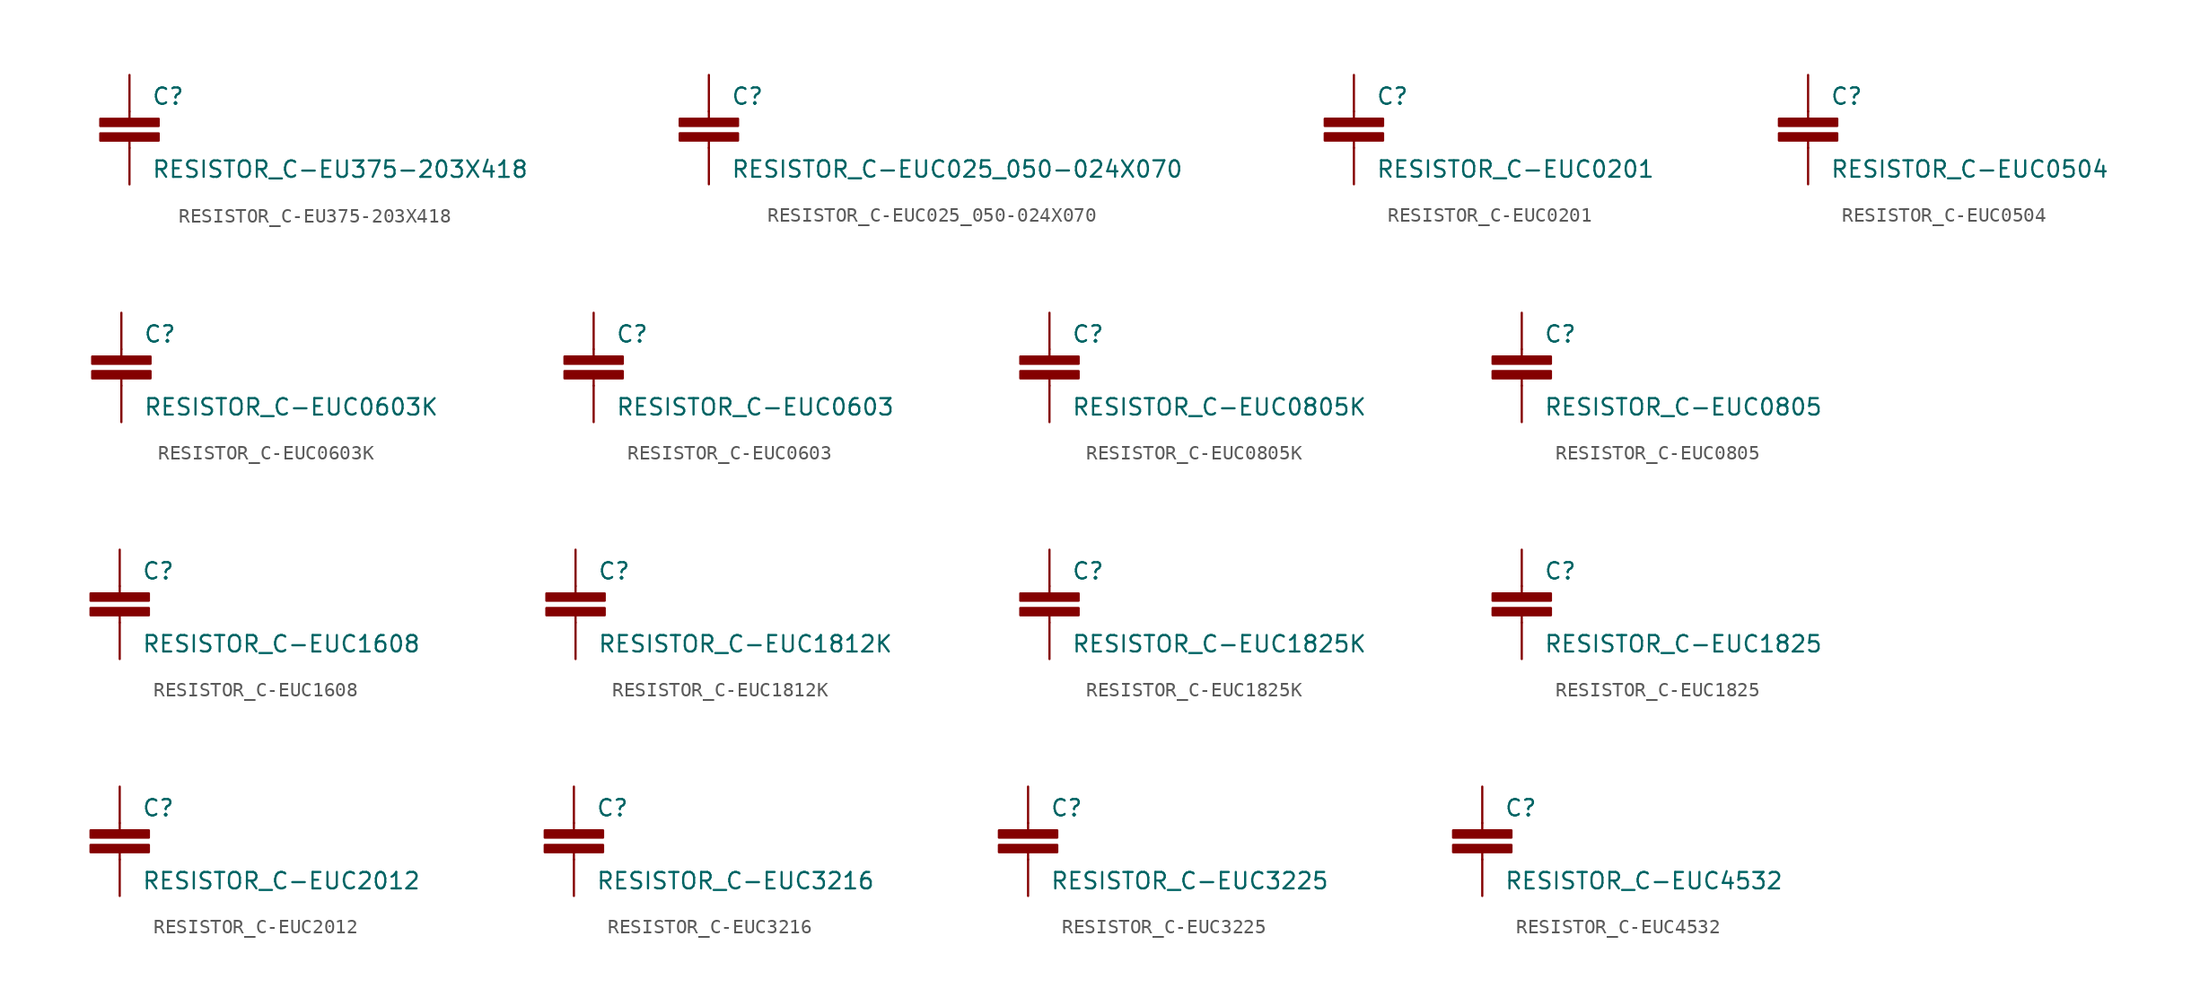
<source format=kicad_sym>
(kicad_symbol_lib
  (version 20210619)
  (generator kicad_symbol_editor)
  (symbol "RESISTOR_C-EU375-203X418"
    (pin_numbers hide)
    (pin_names
      (offset 1.016) hide)
    (property "Reference" "C"
      (at 1.524 0.381 0)
      (effects (font (size 1.143 1.143)) (justify left bottom)))
    (property "Value" "RESISTOR_C-EU375-203X418"
      (at 1.524 -4.699 0)
      (effects (font (size 1.143 1.143)) (justify left bottom)))
    (property "ki_locked" ""
      (at 0 0 0)
      (effects (font (size 1.27 1.27))))
    (symbol "RESISTOR_C-EU375-203X418_1_0"
      (polyline (pts (xy 0 -2.54) (xy 0 -2.032)) (stroke (width 0)) (fill (type none)))
      (polyline (pts (xy 0 0) (xy 0 -0.508)) (stroke (width 0)) (fill (type none))))
    (symbol "RESISTOR_C-EU375-203X418_1_1"
      (rectangle (start -2.032 -2.032) (end 2.032 -1.524) (stroke (width 0)) (fill (type outline)))
      (rectangle (start -2.032 -1.016) (end 2.032 -0.508) (stroke (width 0)) (fill (type outline)))
      (pin passive line (at 0 2.54 270) (length 2.54) (name "1" (effects (font (size 1.016 1.016)))) (number "1" (effects (font (size 1.016 1.016)))))
      (pin passive line (at 0 -5.08 90) (length 2.54) (name "2" (effects (font (size 1.016 1.016)))) (number "2" (effects (font (size 1.016 1.016)))))))
  (symbol "RESISTOR_C-EUC025_050-024X070"
    (pin_numbers hide)
    (pin_names
      (offset 1.016) hide)
    (property "Reference" "C"
      (at 1.524 0.381 0)
      (effects (font (size 1.143 1.143)) (justify left bottom)))
    (property "Value" "RESISTOR_C-EUC025_050-024X070"
      (at 1.524 -4.699 0)
      (effects (font (size 1.143 1.143)) (justify left bottom)))
    (property "ki_locked" ""
      (at 0 0 0)
      (effects (font (size 1.27 1.27))))
    (symbol "RESISTOR_C-EUC025_050-024X070_1_0"
      (polyline (pts (xy 0 -2.54) (xy 0 -2.032)) (stroke (width 0)) (fill (type none)))
      (polyline (pts (xy 0 0) (xy 0 -0.508)) (stroke (width 0)) (fill (type none))))
    (symbol "RESISTOR_C-EUC025_050-024X070_1_1"
      (rectangle (start -2.032 -2.032) (end 2.032 -1.524) (stroke (width 0)) (fill (type outline)))
      (rectangle (start -2.032 -1.016) (end 2.032 -0.508) (stroke (width 0)) (fill (type outline)))
      (pin passive line (at 0 2.54 270) (length 2.54) (name "1" (effects (font (size 1.016 1.016)))) (number "1" (effects (font (size 1.016 1.016)))))
      (pin passive line (at 0 -5.08 90) (length 2.54) (name "2" (effects (font (size 1.016 1.016)))) (number "2" (effects (font (size 1.016 1.016)))))))
  (symbol "RESISTOR_C-EUC0201"
    (pin_numbers hide)
    (pin_names
      (offset 1.016) hide)
    (property "Reference" "C"
      (at 1.524 0.381 0)
      (effects (font (size 1.143 1.143)) (justify left bottom)))
    (property "Value" "RESISTOR_C-EUC0201"
      (at 1.524 -4.699 0)
      (effects (font (size 1.143 1.143)) (justify left bottom)))
    (property "ki_locked" ""
      (at 0 0 0)
      (effects (font (size 1.27 1.27))))
    (symbol "RESISTOR_C-EUC0201_1_0"
      (polyline (pts (xy 0 -2.54) (xy 0 -2.032)) (stroke (width 0)) (fill (type none)))
      (polyline (pts (xy 0 0) (xy 0 -0.508)) (stroke (width 0)) (fill (type none))))
    (symbol "RESISTOR_C-EUC0201_1_1"
      (rectangle (start -2.032 -2.032) (end 2.032 -1.524) (stroke (width 0)) (fill (type outline)))
      (rectangle (start -2.032 -1.016) (end 2.032 -0.508) (stroke (width 0)) (fill (type outline)))
      (pin passive line (at 0 2.54 270) (length 2.54) (name "1" (effects (font (size 1.016 1.016)))) (number "1" (effects (font (size 1.016 1.016)))))
      (pin passive line (at 0 -5.08 90) (length 2.54) (name "2" (effects (font (size 1.016 1.016)))) (number "2" (effects (font (size 1.016 1.016)))))))
  (symbol "RESISTOR_C-EUC0504"
    (pin_numbers hide)
    (pin_names
      (offset 1.016) hide)
    (property "Reference" "C"
      (at 1.524 0.381 0)
      (effects (font (size 1.143 1.143)) (justify left bottom)))
    (property "Value" "RESISTOR_C-EUC0504"
      (at 1.524 -4.699 0)
      (effects (font (size 1.143 1.143)) (justify left bottom)))
    (property "ki_locked" ""
      (at 0 0 0)
      (effects (font (size 1.27 1.27))))
    (symbol "RESISTOR_C-EUC0504_1_0"
      (polyline (pts (xy 0 -2.54) (xy 0 -2.032)) (stroke (width 0)) (fill (type none)))
      (polyline (pts (xy 0 0) (xy 0 -0.508)) (stroke (width 0)) (fill (type none))))
    (symbol "RESISTOR_C-EUC0504_1_1"
      (rectangle (start -2.032 -2.032) (end 2.032 -1.524) (stroke (width 0)) (fill (type outline)))
      (rectangle (start -2.032 -1.016) (end 2.032 -0.508) (stroke (width 0)) (fill (type outline)))
      (pin passive line (at 0 2.54 270) (length 2.54) (name "1" (effects (font (size 1.016 1.016)))) (number "1" (effects (font (size 1.016 1.016)))))
      (pin passive line (at 0 -5.08 90) (length 2.54) (name "2" (effects (font (size 1.016 1.016)))) (number "2" (effects (font (size 1.016 1.016)))))))
  (symbol "RESISTOR_C-EUC0603K"
    (pin_numbers hide)
    (pin_names
      (offset 1.016) hide)
    (property "Reference" "C"
      (at 1.524 0.381 0)
      (effects (font (size 1.143 1.143)) (justify left bottom)))
    (property "Value" "RESISTOR_C-EUC0603K"
      (at 1.524 -4.699 0)
      (effects (font (size 1.143 1.143)) (justify left bottom)))
    (property "ki_locked" ""
      (at 0 0 0)
      (effects (font (size 1.27 1.27))))
    (symbol "RESISTOR_C-EUC0603K_1_0"
      (polyline (pts (xy 0 -2.54) (xy 0 -2.032)) (stroke (width 0)) (fill (type none)))
      (polyline (pts (xy 0 0) (xy 0 -0.508)) (stroke (width 0)) (fill (type none))))
    (symbol "RESISTOR_C-EUC0603K_1_1"
      (rectangle (start -2.032 -2.032) (end 2.032 -1.524) (stroke (width 0)) (fill (type outline)))
      (rectangle (start -2.032 -1.016) (end 2.032 -0.508) (stroke (width 0)) (fill (type outline)))
      (pin passive line (at 0 2.54 270) (length 2.54) (name "1" (effects (font (size 1.016 1.016)))) (number "1" (effects (font (size 1.016 1.016)))))
      (pin passive line (at 0 -5.08 90) (length 2.54) (name "2" (effects (font (size 1.016 1.016)))) (number "2" (effects (font (size 1.016 1.016)))))))
  (symbol "RESISTOR_C-EUC0603"
    (pin_numbers hide)
    (pin_names
      (offset 1.016) hide)
    (property "Reference" "C"
      (at 1.524 0.381 0)
      (effects (font (size 1.143 1.143)) (justify left bottom)))
    (property "Value" "RESISTOR_C-EUC0603"
      (at 1.524 -4.699 0)
      (effects (font (size 1.143 1.143)) (justify left bottom)))
    (property "ki_locked" ""
      (at 0 0 0)
      (effects (font (size 1.27 1.27))))
    (symbol "RESISTOR_C-EUC0603_1_0"
      (polyline (pts (xy 0 -2.54) (xy 0 -2.032)) (stroke (width 0)) (fill (type none)))
      (polyline (pts (xy 0 0) (xy 0 -0.508)) (stroke (width 0)) (fill (type none))))
    (symbol "RESISTOR_C-EUC0603_1_1"
      (rectangle (start -2.032 -2.032) (end 2.032 -1.524) (stroke (width 0)) (fill (type outline)))
      (rectangle (start -2.032 -1.016) (end 2.032 -0.508) (stroke (width 0)) (fill (type outline)))
      (pin passive line (at 0 2.54 270) (length 2.54) (name "1" (effects (font (size 1.016 1.016)))) (number "1" (effects (font (size 1.016 1.016)))))
      (pin passive line (at 0 -5.08 90) (length 2.54) (name "2" (effects (font (size 1.016 1.016)))) (number "2" (effects (font (size 1.016 1.016)))))))
  (symbol "RESISTOR_C-EUC0805K"
    (pin_numbers hide)
    (pin_names
      (offset 1.016) hide)
    (property "Reference" "C"
      (at 1.524 0.381 0)
      (effects (font (size 1.143 1.143)) (justify left bottom)))
    (property "Value" "RESISTOR_C-EUC0805K"
      (at 1.524 -4.699 0)
      (effects (font (size 1.143 1.143)) (justify left bottom)))
    (property "ki_locked" ""
      (at 0 0 0)
      (effects (font (size 1.27 1.27))))
    (symbol "RESISTOR_C-EUC0805K_1_0"
      (polyline (pts (xy 0 -2.54) (xy 0 -2.032)) (stroke (width 0)) (fill (type none)))
      (polyline (pts (xy 0 0) (xy 0 -0.508)) (stroke (width 0)) (fill (type none))))
    (symbol "RESISTOR_C-EUC0805K_1_1"
      (rectangle (start -2.032 -2.032) (end 2.032 -1.524) (stroke (width 0)) (fill (type outline)))
      (rectangle (start -2.032 -1.016) (end 2.032 -0.508) (stroke (width 0)) (fill (type outline)))
      (pin passive line (at 0 2.54 270) (length 2.54) (name "1" (effects (font (size 1.016 1.016)))) (number "1" (effects (font (size 1.016 1.016)))))
      (pin passive line (at 0 -5.08 90) (length 2.54) (name "2" (effects (font (size 1.016 1.016)))) (number "2" (effects (font (size 1.016 1.016)))))))
  (symbol "RESISTOR_C-EUC0805"
    (pin_numbers hide)
    (pin_names
      (offset 1.016) hide)
    (property "Reference" "C"
      (at 1.524 0.381 0)
      (effects (font (size 1.143 1.143)) (justify left bottom)))
    (property "Value" "RESISTOR_C-EUC0805"
      (at 1.524 -4.699 0)
      (effects (font (size 1.143 1.143)) (justify left bottom)))
    (property "ki_locked" ""
      (at 0 0 0)
      (effects (font (size 1.27 1.27))))
    (symbol "RESISTOR_C-EUC0805_1_0"
      (polyline (pts (xy 0 -2.54) (xy 0 -2.032)) (stroke (width 0)) (fill (type none)))
      (polyline (pts (xy 0 0) (xy 0 -0.508)) (stroke (width 0)) (fill (type none))))
    (symbol "RESISTOR_C-EUC0805_1_1"
      (rectangle (start -2.032 -2.032) (end 2.032 -1.524) (stroke (width 0)) (fill (type outline)))
      (rectangle (start -2.032 -1.016) (end 2.032 -0.508) (stroke (width 0)) (fill (type outline)))
      (pin passive line (at 0 2.54 270) (length 2.54) (name "1" (effects (font (size 1.016 1.016)))) (number "1" (effects (font (size 1.016 1.016)))))
      (pin passive line (at 0 -5.08 90) (length 2.54) (name "2" (effects (font (size 1.016 1.016)))) (number "2" (effects (font (size 1.016 1.016)))))))
  (symbol "RESISTOR_C-EUC1608"
    (pin_numbers hide)
    (pin_names
      (offset 1.016) hide)
    (property "Reference" "C"
      (at 1.524 0.381 0)
      (effects (font (size 1.143 1.143)) (justify left bottom)))
    (property "Value" "RESISTOR_C-EUC1608"
      (at 1.524 -4.699 0)
      (effects (font (size 1.143 1.143)) (justify left bottom)))
    (property "ki_locked" ""
      (at 0 0 0)
      (effects (font (size 1.27 1.27))))
    (symbol "RESISTOR_C-EUC1608_1_0"
      (polyline (pts (xy 0 -2.54) (xy 0 -2.032)) (stroke (width 0)) (fill (type none)))
      (polyline (pts (xy 0 0) (xy 0 -0.508)) (stroke (width 0)) (fill (type none))))
    (symbol "RESISTOR_C-EUC1608_1_1"
      (rectangle (start -2.032 -2.032) (end 2.032 -1.524) (stroke (width 0)) (fill (type outline)))
      (rectangle (start -2.032 -1.016) (end 2.032 -0.508) (stroke (width 0)) (fill (type outline)))
      (pin passive line (at 0 2.54 270) (length 2.54) (name "1" (effects (font (size 1.016 1.016)))) (number "1" (effects (font (size 1.016 1.016)))))
      (pin passive line (at 0 -5.08 90) (length 2.54) (name "2" (effects (font (size 1.016 1.016)))) (number "2" (effects (font (size 1.016 1.016)))))))
  (symbol "RESISTOR_C-EUC1812K"
    (pin_numbers hide)
    (pin_names
      (offset 1.016) hide)
    (property "Reference" "C"
      (at 1.524 0.381 0)
      (effects (font (size 1.143 1.143)) (justify left bottom)))
    (property "Value" "RESISTOR_C-EUC1812K"
      (at 1.524 -4.699 0)
      (effects (font (size 1.143 1.143)) (justify left bottom)))
    (property "ki_locked" ""
      (at 0 0 0)
      (effects (font (size 1.27 1.27))))
    (symbol "RESISTOR_C-EUC1812K_1_0"
      (polyline (pts (xy 0 -2.54) (xy 0 -2.032)) (stroke (width 0)) (fill (type none)))
      (polyline (pts (xy 0 0) (xy 0 -0.508)) (stroke (width 0)) (fill (type none))))
    (symbol "RESISTOR_C-EUC1812K_1_1"
      (rectangle (start -2.032 -2.032) (end 2.032 -1.524) (stroke (width 0)) (fill (type outline)))
      (rectangle (start -2.032 -1.016) (end 2.032 -0.508) (stroke (width 0)) (fill (type outline)))
      (pin passive line (at 0 2.54 270) (length 2.54) (name "1" (effects (font (size 1.016 1.016)))) (number "1" (effects (font (size 1.016 1.016)))))
      (pin passive line (at 0 -5.08 90) (length 2.54) (name "2" (effects (font (size 1.016 1.016)))) (number "2" (effects (font (size 1.016 1.016)))))))
  (symbol "RESISTOR_C-EUC1825K"
    (pin_numbers hide)
    (pin_names
      (offset 1.016) hide)
    (property "Reference" "C"
      (at 1.524 0.381 0)
      (effects (font (size 1.143 1.143)) (justify left bottom)))
    (property "Value" "RESISTOR_C-EUC1825K"
      (at 1.524 -4.699 0)
      (effects (font (size 1.143 1.143)) (justify left bottom)))
    (property "ki_locked" ""
      (at 0 0 0)
      (effects (font (size 1.27 1.27))))
    (symbol "RESISTOR_C-EUC1825K_1_0"
      (polyline (pts (xy 0 -2.54) (xy 0 -2.032)) (stroke (width 0)) (fill (type none)))
      (polyline (pts (xy 0 0) (xy 0 -0.508)) (stroke (width 0)) (fill (type none))))
    (symbol "RESISTOR_C-EUC1825K_1_1"
      (rectangle (start -2.032 -2.032) (end 2.032 -1.524) (stroke (width 0)) (fill (type outline)))
      (rectangle (start -2.032 -1.016) (end 2.032 -0.508) (stroke (width 0)) (fill (type outline)))
      (pin passive line (at 0 2.54 270) (length 2.54) (name "1" (effects (font (size 1.016 1.016)))) (number "1" (effects (font (size 1.016 1.016)))))
      (pin passive line (at 0 -5.08 90) (length 2.54) (name "2" (effects (font (size 1.016 1.016)))) (number "2" (effects (font (size 1.016 1.016)))))))
  (symbol "RESISTOR_C-EUC1825"
    (pin_numbers hide)
    (pin_names
      (offset 1.016) hide)
    (property "Reference" "C"
      (at 1.524 0.381 0)
      (effects (font (size 1.143 1.143)) (justify left bottom)))
    (property "Value" "RESISTOR_C-EUC1825"
      (at 1.524 -4.699 0)
      (effects (font (size 1.143 1.143)) (justify left bottom)))
    (property "ki_locked" ""
      (at 0 0 0)
      (effects (font (size 1.27 1.27))))
    (symbol "RESISTOR_C-EUC1825_1_0"
      (polyline (pts (xy 0 -2.54) (xy 0 -2.032)) (stroke (width 0)) (fill (type none)))
      (polyline (pts (xy 0 0) (xy 0 -0.508)) (stroke (width 0)) (fill (type none))))
    (symbol "RESISTOR_C-EUC1825_1_1"
      (rectangle (start -2.032 -2.032) (end 2.032 -1.524) (stroke (width 0)) (fill (type outline)))
      (rectangle (start -2.032 -1.016) (end 2.032 -0.508) (stroke (width 0)) (fill (type outline)))
      (pin passive line (at 0 2.54 270) (length 2.54) (name "1" (effects (font (size 1.016 1.016)))) (number "1" (effects (font (size 1.016 1.016)))))
      (pin passive line (at 0 -5.08 90) (length 2.54) (name "2" (effects (font (size 1.016 1.016)))) (number "2" (effects (font (size 1.016 1.016)))))))
  (symbol "RESISTOR_C-EUC2012"
    (pin_numbers hide)
    (pin_names
      (offset 1.016) hide)
    (property "Reference" "C"
      (at 1.524 0.381 0)
      (effects (font (size 1.143 1.143)) (justify left bottom)))
    (property "Value" "RESISTOR_C-EUC2012"
      (at 1.524 -4.699 0)
      (effects (font (size 1.143 1.143)) (justify left bottom)))
    (property "ki_locked" ""
      (at 0 0 0)
      (effects (font (size 1.27 1.27))))
    (symbol "RESISTOR_C-EUC2012_1_0"
      (polyline (pts (xy 0 -2.54) (xy 0 -2.032)) (stroke (width 0)) (fill (type none)))
      (polyline (pts (xy 0 0) (xy 0 -0.508)) (stroke (width 0)) (fill (type none))))
    (symbol "RESISTOR_C-EUC2012_1_1"
      (rectangle (start -2.032 -2.032) (end 2.032 -1.524) (stroke (width 0)) (fill (type outline)))
      (rectangle (start -2.032 -1.016) (end 2.032 -0.508) (stroke (width 0)) (fill (type outline)))
      (pin passive line (at 0 2.54 270) (length 2.54) (name "1" (effects (font (size 1.016 1.016)))) (number "1" (effects (font (size 1.016 1.016)))))
      (pin passive line (at 0 -5.08 90) (length 2.54) (name "2" (effects (font (size 1.016 1.016)))) (number "2" (effects (font (size 1.016 1.016)))))))
  (symbol "RESISTOR_C-EUC3216"
    (pin_numbers hide)
    (pin_names
      (offset 1.016) hide)
    (property "Reference" "C"
      (at 1.524 0.381 0)
      (effects (font (size 1.143 1.143)) (justify left bottom)))
    (property "Value" "RESISTOR_C-EUC3216"
      (at 1.524 -4.699 0)
      (effects (font (size 1.143 1.143)) (justify left bottom)))
    (property "ki_locked" ""
      (at 0 0 0)
      (effects (font (size 1.27 1.27))))
    (symbol "RESISTOR_C-EUC3216_1_0"
      (polyline (pts (xy 0 -2.54) (xy 0 -2.032)) (stroke (width 0)) (fill (type none)))
      (polyline (pts (xy 0 0) (xy 0 -0.508)) (stroke (width 0)) (fill (type none))))
    (symbol "RESISTOR_C-EUC3216_1_1"
      (rectangle (start -2.032 -2.032) (end 2.032 -1.524) (stroke (width 0)) (fill (type outline)))
      (rectangle (start -2.032 -1.016) (end 2.032 -0.508) (stroke (width 0)) (fill (type outline)))
      (pin passive line (at 0 2.54 270) (length 2.54) (name "1" (effects (font (size 1.016 1.016)))) (number "1" (effects (font (size 1.016 1.016)))))
      (pin passive line (at 0 -5.08 90) (length 2.54) (name "2" (effects (font (size 1.016 1.016)))) (number "2" (effects (font (size 1.016 1.016)))))))
  (symbol "RESISTOR_C-EUC3225"
    (pin_numbers hide)
    (pin_names
      (offset 1.016) hide)
    (property "Reference" "C"
      (at 1.524 0.381 0)
      (effects (font (size 1.143 1.143)) (justify left bottom)))
    (property "Value" "RESISTOR_C-EUC3225"
      (at 1.524 -4.699 0)
      (effects (font (size 1.143 1.143)) (justify left bottom)))
    (property "ki_locked" ""
      (at 0 0 0)
      (effects (font (size 1.27 1.27))))
    (symbol "RESISTOR_C-EUC3225_1_0"
      (polyline (pts (xy 0 -2.54) (xy 0 -2.032)) (stroke (width 0)) (fill (type none)))
      (polyline (pts (xy 0 0) (xy 0 -0.508)) (stroke (width 0)) (fill (type none))))
    (symbol "RESISTOR_C-EUC3225_1_1"
      (rectangle (start -2.032 -2.032) (end 2.032 -1.524) (stroke (width 0)) (fill (type outline)))
      (rectangle (start -2.032 -1.016) (end 2.032 -0.508) (stroke (width 0)) (fill (type outline)))
      (pin passive line (at 0 2.54 270) (length 2.54) (name "1" (effects (font (size 1.016 1.016)))) (number "1" (effects (font (size 1.016 1.016)))))
      (pin passive line (at 0 -5.08 90) (length 2.54) (name "2" (effects (font (size 1.016 1.016)))) (number "2" (effects (font (size 1.016 1.016)))))))
  (symbol "RESISTOR_C-EUC4532"
    (pin_numbers hide)
    (pin_names
      (offset 1.016) hide)
    (property "Reference" "C"
      (at 1.524 0.381 0)
      (effects (font (size 1.143 1.143)) (justify left bottom)))
    (property "Value" "RESISTOR_C-EUC4532"
      (at 1.524 -4.699 0)
      (effects (font (size 1.143 1.143)) (justify left bottom)))
    (property "ki_locked" ""
      (at 0 0 0)
      (effects (font (size 1.27 1.27))))
    (symbol "RESISTOR_C-EUC4532_1_0"
      (polyline (pts (xy 0 -2.54) (xy 0 -2.032)) (stroke (width 0)) (fill (type none)))
      (polyline (pts (xy 0 0) (xy 0 -0.508)) (stroke (width 0)) (fill (type none))))
    (symbol "RESISTOR_C-EUC4532_1_1"
      (rectangle (start -2.032 -2.032) (end 2.032 -1.524) (stroke (width 0)) (fill (type outline)))
      (rectangle (start -2.032 -1.016) (end 2.032 -0.508) (stroke (width 0)) (fill (type outline)))
      (pin passive line (at 0 2.54 270) (length 2.54) (name "1" (effects (font (size 1.016 1.016)))) (number "1" (effects (font (size 1.016 1.016)))))
      (pin passive line (at 0 -5.08 90) (length 2.54) (name "2" (effects (font (size 1.016 1.016)))) (number "2" (effects (font (size 1.016 1.016))))))))
</source>
